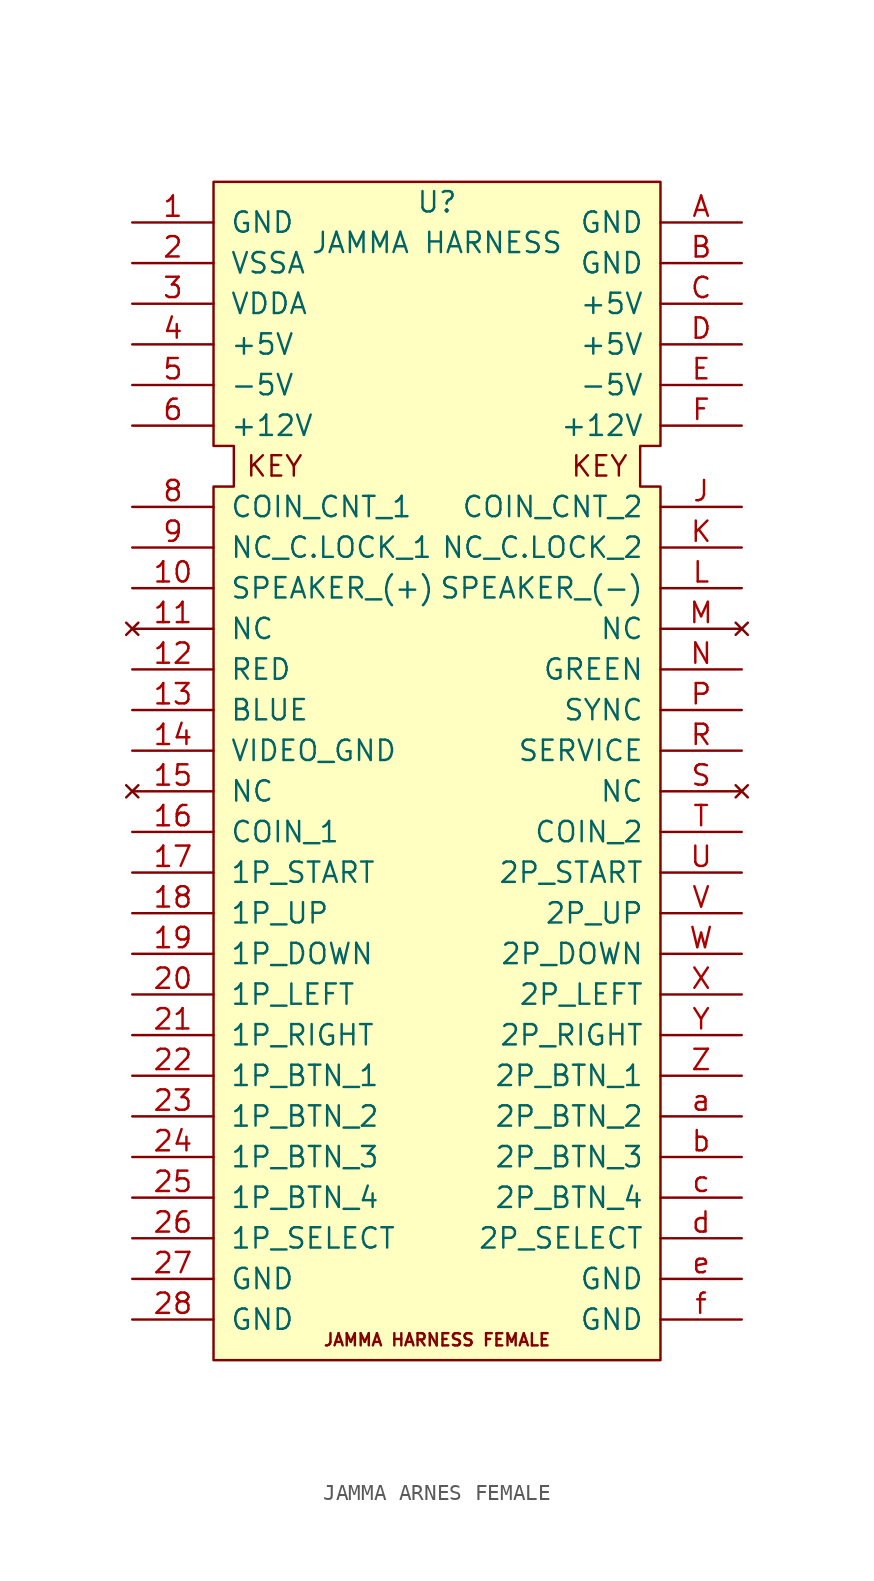
<source format=kicad_sym>
(kicad_symbol_lib
  (version 20231120)
  (generator "kicad_symbol_editor")
  (generator_version "8.0")
  (symbol "JAMMA ARNES FEMALE"
    (pin_names
      (offset 1.016))
    (property "Reference" "U"
      (at 0 34.29 0)
      (effects (font (size 1.27 1.27))))
    (property "Value" "JAMMA HARNESS"
      (at 0 31.75 0)
      (effects (font (size 1.27 1.27))))
    (symbol "JAMMA ARNES FEMALE_0_1"
      (polyline (pts (xy -13.97 35.56) (xy -13.97 19.05) (xy -12.7 19.05) (xy -12.7 16.51) (xy -13.97 16.51) (xy -13.97 -38.1) (xy 13.97 -38.1) (xy 13.97 16.51) (xy 12.7 16.51) (xy 12.7 19.05) (xy 13.97 19.05) (xy 13.97 35.56) (xy -13.97 35.56)) (stroke (width 0) (type default)) (fill (type background))))
    (symbol "JAMMA ARNES FEMALE_1_1"
      (text "JAMMA HARNESS FEMALE" (at 0 -36.83 0) (effects (font (size 0.762 0.762))))
      (text "KEY" (at -10.16 17.78 0) (effects (font (size 1.27 1.27))))
      (text "KEY" (at 10.16 17.78 0) (effects (font (size 1.27 1.27))))
      (pin passive line (at -19.05 33.02 0) (length 5.08) (name "GND" (effects (font (size 1.27 1.27)))) (number "1" (effects (font (size 1.27 1.27)))))
      (pin input line (at -19.05 10.16 0) (length 5.08) (name "SPEAKER_(+)" (effects (font (size 1.27 1.27)))) (number "10" (effects (font (size 1.27 1.27)))))
      (pin no_connect line (at -19.05 7.62 0) (length 5.08) (name "NC" (effects (font (size 1.27 1.27)))) (number "11" (effects (font (size 1.27 1.27)))))
      (pin input line (at -19.05 5.08 0) (length 5.08) (name "RED" (effects (font (size 1.27 1.27)))) (number "12" (effects (font (size 1.27 1.27)))))
      (pin input line (at -19.05 2.54 0) (length 5.08) (name "BLUE" (effects (font (size 1.27 1.27)))) (number "13" (effects (font (size 1.27 1.27)))))
      (pin power_in line (at -19.05 0 0) (length 5.08) (name "VIDEO_GND" (effects (font (size 1.27 1.27)))) (number "14" (effects (font (size 1.27 1.27)))))
      (pin no_connect line (at -19.05 -2.54 0) (length 5.08) (name "NC" (effects (font (size 1.27 1.27)))) (number "15" (effects (font (size 1.27 1.27)))))
      (pin output line (at -19.05 -5.08 0) (length 5.08) (name "COIN_1" (effects (font (size 1.27 1.27)))) (number "16" (effects (font (size 1.27 1.27)))))
      (pin output line (at -19.05 -7.62 0) (length 5.08) (name "1P_START" (effects (font (size 1.27 1.27)))) (number "17" (effects (font (size 1.27 1.27)))))
      (pin output line (at -19.05 -10.16 0) (length 5.08) (name "1P_UP" (effects (font (size 1.27 1.27)))) (number "18" (effects (font (size 1.27 1.27)))))
      (pin output line (at -19.05 -12.7 0) (length 5.08) (name "1P_DOWN" (effects (font (size 1.27 1.27)))) (number "19" (effects (font (size 1.27 1.27)))))
      (pin passive line (at -19.05 30.48 0) (length 5.08) (name "VSSA" (effects (font (size 1.27 1.27)))) (number "2" (effects (font (size 1.27 1.27)))))
      (pin output line (at -19.05 -15.24 0) (length 5.08) (name "1P_LEFT" (effects (font (size 1.27 1.27)))) (number "20" (effects (font (size 1.27 1.27)))))
      (pin output line (at -19.05 -17.78 0) (length 5.08) (name "1P_RIGHT" (effects (font (size 1.27 1.27)))) (number "21" (effects (font (size 1.27 1.27)))))
      (pin output line (at -19.05 -20.32 0) (length 5.08) (name "1P_BTN_1" (effects (font (size 1.27 1.27)))) (number "22" (effects (font (size 1.27 1.27)))))
      (pin output line (at -19.05 -22.86 0) (length 5.08) (name "1P_BTN_2" (effects (font (size 1.27 1.27)))) (number "23" (effects (font (size 1.27 1.27)))))
      (pin output line (at -19.05 -25.4 0) (length 5.08) (name "1P_BTN_3" (effects (font (size 1.27 1.27)))) (number "24" (effects (font (size 1.27 1.27)))))
      (pin output line (at -19.05 -27.94 0) (length 5.08) (name "1P_BTN_4" (effects (font (size 1.27 1.27)))) (number "25" (effects (font (size 1.27 1.27)))))
      (pin output line (at -19.05 -30.48 0) (length 5.08) (name "1P_SELECT" (effects (font (size 1.27 1.27)))) (number "26" (effects (font (size 1.27 1.27)))))
      (pin passive line (at -19.05 -33.02 0) (length 5.08) (name "GND" (effects (font (size 1.27 1.27)))) (number "27" (effects (font (size 1.27 1.27)))))
      (pin passive line (at -19.05 -35.56 0) (length 5.08) (name "GND" (effects (font (size 1.27 1.27)))) (number "28" (effects (font (size 1.27 1.27)))))
      (pin passive line (at -19.05 27.94 0) (length 5.08) (name "VDDA" (effects (font (size 1.27 1.27)))) (number "3" (effects (font (size 1.27 1.27)))))
      (pin passive line (at -19.05 25.4 0) (length 5.08) (name "+5V" (effects (font (size 1.27 1.27)))) (number "4" (effects (font (size 1.27 1.27)))))
      (pin passive line (at -19.05 22.86 0) (length 5.08) (name "-5V" (effects (font (size 1.27 1.27)))) (number "5" (effects (font (size 1.27 1.27)))))
      (pin passive line (at -19.05 20.32 0) (length 5.08) (name "+12V" (effects (font (size 1.27 1.27)))) (number "6" (effects (font (size 1.27 1.27)))))
      (pin input line (at -19.05 15.24 0) (length 5.08) (name "COIN_CNT_1" (effects (font (size 1.27 1.27)))) (number "8" (effects (font (size 1.27 1.27)))))
      (pin passive line (at -19.05 12.7 0) (length 5.08) (name "NC_C.LOCK_1" (effects (font (size 1.27 1.27)))) (number "9" (effects (font (size 1.27 1.27)))))
      (pin passive line (at 19.05 33.02 180) (length 5.08) (name "GND" (effects (font (size 1.27 1.27)))) (number "A" (effects (font (size 1.27 1.27)))))
      (pin passive line (at 19.05 30.48 180) (length 5.08) (name "GND" (effects (font (size 1.27 1.27)))) (number "B" (effects (font (size 1.27 1.27)))))
      (pin passive line (at 19.05 27.94 180) (length 5.08) (name "+5V" (effects (font (size 1.27 1.27)))) (number "C" (effects (font (size 1.27 1.27)))))
      (pin passive line (at 19.05 25.4 180) (length 5.08) (name "+5V" (effects (font (size 1.27 1.27)))) (number "D" (effects (font (size 1.27 1.27)))))
      (pin passive line (at 19.05 22.86 180) (length 5.08) (name "-5V" (effects (font (size 1.27 1.27)))) (number "E" (effects (font (size 1.27 1.27)))))
      (pin passive line (at 19.05 20.32 180) (length 5.08) (name "+12V" (effects (font (size 1.27 1.27)))) (number "F" (effects (font (size 1.27 1.27)))))
      (pin input line (at 19.05 15.24 180) (length 5.08) (name "COIN_CNT_2" (effects (font (size 1.27 1.27)))) (number "J" (effects (font (size 1.27 1.27)))))
      (pin passive line (at 19.05 12.7 180) (length 5.08) (name "NC_C.LOCK_2" (effects (font (size 1.27 1.27)))) (number "K" (effects (font (size 1.27 1.27)))))
      (pin input line (at 19.05 10.16 180) (length 5.08) (name "SPEAKER_(-)" (effects (font (size 1.27 1.27)))) (number "L" (effects (font (size 1.27 1.27)))))
      (pin no_connect line (at 19.05 7.62 180) (length 5.08) (name "NC" (effects (font (size 1.27 1.27)))) (number "M" (effects (font (size 1.27 1.27)))))
      (pin input line (at 19.05 5.08 180) (length 5.08) (name "GREEN" (effects (font (size 1.27 1.27)))) (number "N" (effects (font (size 1.27 1.27)))))
      (pin input line (at 19.05 2.54 180) (length 5.08) (name "SYNC" (effects (font (size 1.27 1.27)))) (number "P" (effects (font (size 1.27 1.27)))))
      (pin output line (at 19.05 0 180) (length 5.08) (name "SERVICE" (effects (font (size 1.27 1.27)))) (number "R" (effects (font (size 1.27 1.27)))))
      (pin no_connect line (at 19.05 -2.54 180) (length 5.08) (name "NC" (effects (font (size 1.27 1.27)))) (number "S" (effects (font (size 1.27 1.27)))))
      (pin output line (at 19.05 -5.08 180) (length 5.08) (name "COIN_2" (effects (font (size 1.27 1.27)))) (number "T" (effects (font (size 1.27 1.27)))))
      (pin output line (at 19.05 -7.62 180) (length 5.08) (name "2P_START" (effects (font (size 1.27 1.27)))) (number "U" (effects (font (size 1.27 1.27)))))
      (pin output line (at 19.05 -10.16 180) (length 5.08) (name "2P_UP" (effects (font (size 1.27 1.27)))) (number "V" (effects (font (size 1.27 1.27)))))
      (pin output line (at 19.05 -12.7 180) (length 5.08) (name "2P_DOWN" (effects (font (size 1.27 1.27)))) (number "W" (effects (font (size 1.27 1.27)))))
      (pin output line (at 19.05 -15.24 180) (length 5.08) (name "2P_LEFT" (effects (font (size 1.27 1.27)))) (number "X" (effects (font (size 1.27 1.27)))))
      (pin output line (at 19.05 -17.78 180) (length 5.08) (name "2P_RIGHT" (effects (font (size 1.27 1.27)))) (number "Y" (effects (font (size 1.27 1.27)))))
      (pin output line (at 19.05 -20.32 180) (length 5.08) (name "2P_BTN_1" (effects (font (size 1.27 1.27)))) (number "Z" (effects (font (size 1.27 1.27)))))
      (pin output line (at 19.05 -22.86 180) (length 5.08) (name "2P_BTN_2" (effects (font (size 1.27 1.27)))) (number "a" (effects (font (size 1.27 1.27)))))
      (pin output line (at 19.05 -25.4 180) (length 5.08) (name "2P_BTN_3" (effects (font (size 1.27 1.27)))) (number "b" (effects (font (size 1.27 1.27)))))
      (pin output line (at 19.05 -27.94 180) (length 5.08) (name "2P_BTN_4" (effects (font (size 1.27 1.27)))) (number "c" (effects (font (size 1.27 1.27)))))
      (pin output line (at 19.05 -30.48 180) (length 5.08) (name "2P_SELECT" (effects (font (size 1.27 1.27)))) (number "d" (effects (font (size 1.27 1.27)))))
      (pin passive line (at 19.05 -33.02 180) (length 5.08) (name "GND" (effects (font (size 1.27 1.27)))) (number "e" (effects (font (size 1.27 1.27)))))
      (pin passive line (at 19.05 -35.56 180) (length 5.08) (name "GND" (effects (font (size 1.27 1.27)))) (number "f" (effects (font (size 1.27 1.27))))))))
</source>
